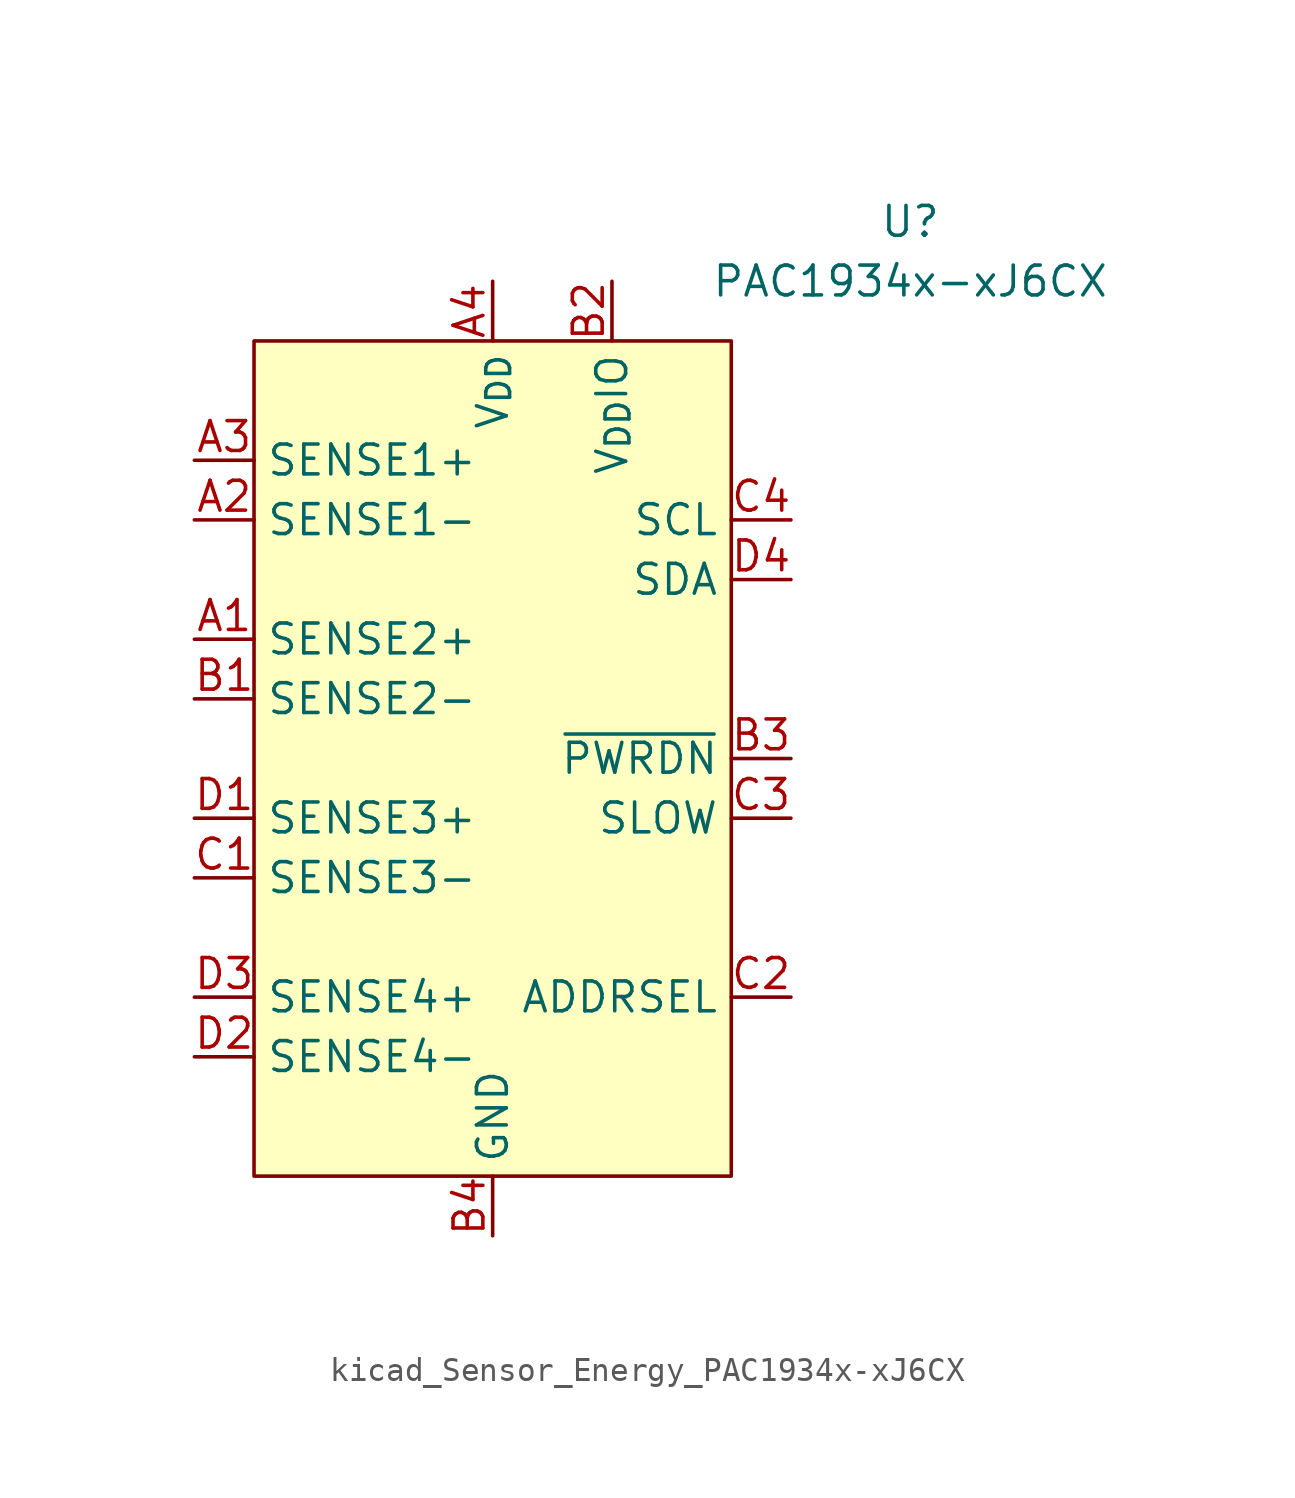
<source format=kicad_sym>
(kicad_symbol_lib
  (version 20220914)
  (generator kicad_symbol_editor)
  (symbol "kicad_Sensor_Energy_PAC1934x-xJ6CX"
    (property "Reference" "U"
      (at 17.78 22.86 0)
      (effects (font (size 1.27 1.27))))
    (property "Value" "PAC1934x-xJ6CX"
      (at 17.78 20.32 0)
      (effects (font (size 1.27 1.27))))
    (symbol "kicad_Sensor_Energy_PAC1934x-xJ6CX_0_0"
      (pin input line (at -12.7 5.08 0) (length 2.54) (name "SENSE2+" (effects (font (size 1.27 1.27)))) (number "A1" (effects (font (size 1.27 1.27)))))
      (pin input line (at -12.7 10.16 0) (length 2.54) (name "SENSE1-" (effects (font (size 1.27 1.27)))) (number "A2" (effects (font (size 1.27 1.27)))))
      (pin input line (at -12.7 12.7 0) (length 2.54) (name "SENSE1+" (effects (font (size 1.27 1.27)))) (number "A3" (effects (font (size 1.27 1.27)))))
      (pin power_in line (at 0 20.32 270) (length 2.54) (name "V_{DD}" (effects (font (size 1.27 1.27)))) (number "A4" (effects (font (size 1.27 1.27)))))
      (pin input line (at -12.7 2.54 0) (length 2.54) (name "SENSE2-" (effects (font (size 1.27 1.27)))) (number "B1" (effects (font (size 1.27 1.27)))))
      (pin input line (at 5.08 20.32 270) (length 2.54) (name "V_{DD}IO" (effects (font (size 1.27 1.27)))) (number "B2" (effects (font (size 1.27 1.27)))))
      (pin input line (at 12.7 0 180) (length 2.54) (name "~{PWRDN}" (effects (font (size 1.27 1.27)))) (number "B3" (effects (font (size 1.27 1.27)))))
      (pin power_in line (at 0 -20.32 90) (length 2.54) (name "GND" (effects (font (size 1.27 1.27)))) (number "B4" (effects (font (size 1.27 1.27)))))
      (pin input line (at -12.7 -5.08 0) (length 2.54) (name "SENSE3-" (effects (font (size 1.27 1.27)))) (number "C1" (effects (font (size 1.27 1.27)))))
      (pin passive line (at 12.7 -10.16 180) (length 2.54) (name "ADDRSEL" (effects (font (size 1.27 1.27)))) (number "C2" (effects (font (size 1.27 1.27)))))
      (pin input line (at 12.7 -2.54 180) (length 2.54) (name "SLOW" (effects (font (size 1.27 1.27)))) (number "C3" (effects (font (size 1.27 1.27)))) (alternate "~{ALERT1}" open_collector line))
      (pin input line (at 12.7 10.16 180) (length 2.54) (name "SCL" (effects (font (size 1.27 1.27)))) (number "C4" (effects (font (size 1.27 1.27)))) (alternate "SM_CLK" input line))
      (pin input line (at -12.7 -2.54 0) (length 2.54) (name "SENSE3+" (effects (font (size 1.27 1.27)))) (number "D1" (effects (font (size 1.27 1.27)))))
      (pin input line (at -12.7 -12.7 0) (length 2.54) (name "SENSE4-" (effects (font (size 1.27 1.27)))) (number "D2" (effects (font (size 1.27 1.27)))))
      (pin input line (at -12.7 -10.16 0) (length 2.54) (name "SENSE4+" (effects (font (size 1.27 1.27)))) (number "D3" (effects (font (size 1.27 1.27)))))
      (pin bidirectional line (at 12.7 7.62 180) (length 2.54) (name "SDA" (effects (font (size 1.27 1.27)))) (number "D4" (effects (font (size 1.27 1.27)))) (alternate "SM_DATA" bidirectional line)))
    (symbol "kicad_Sensor_Energy_PAC1934x-xJ6CX_0_1"
      (rectangle (start -10.16 17.78) (end 10.16 -17.78) (stroke (width 0) (type default)) (fill (type background))))))
</source>
